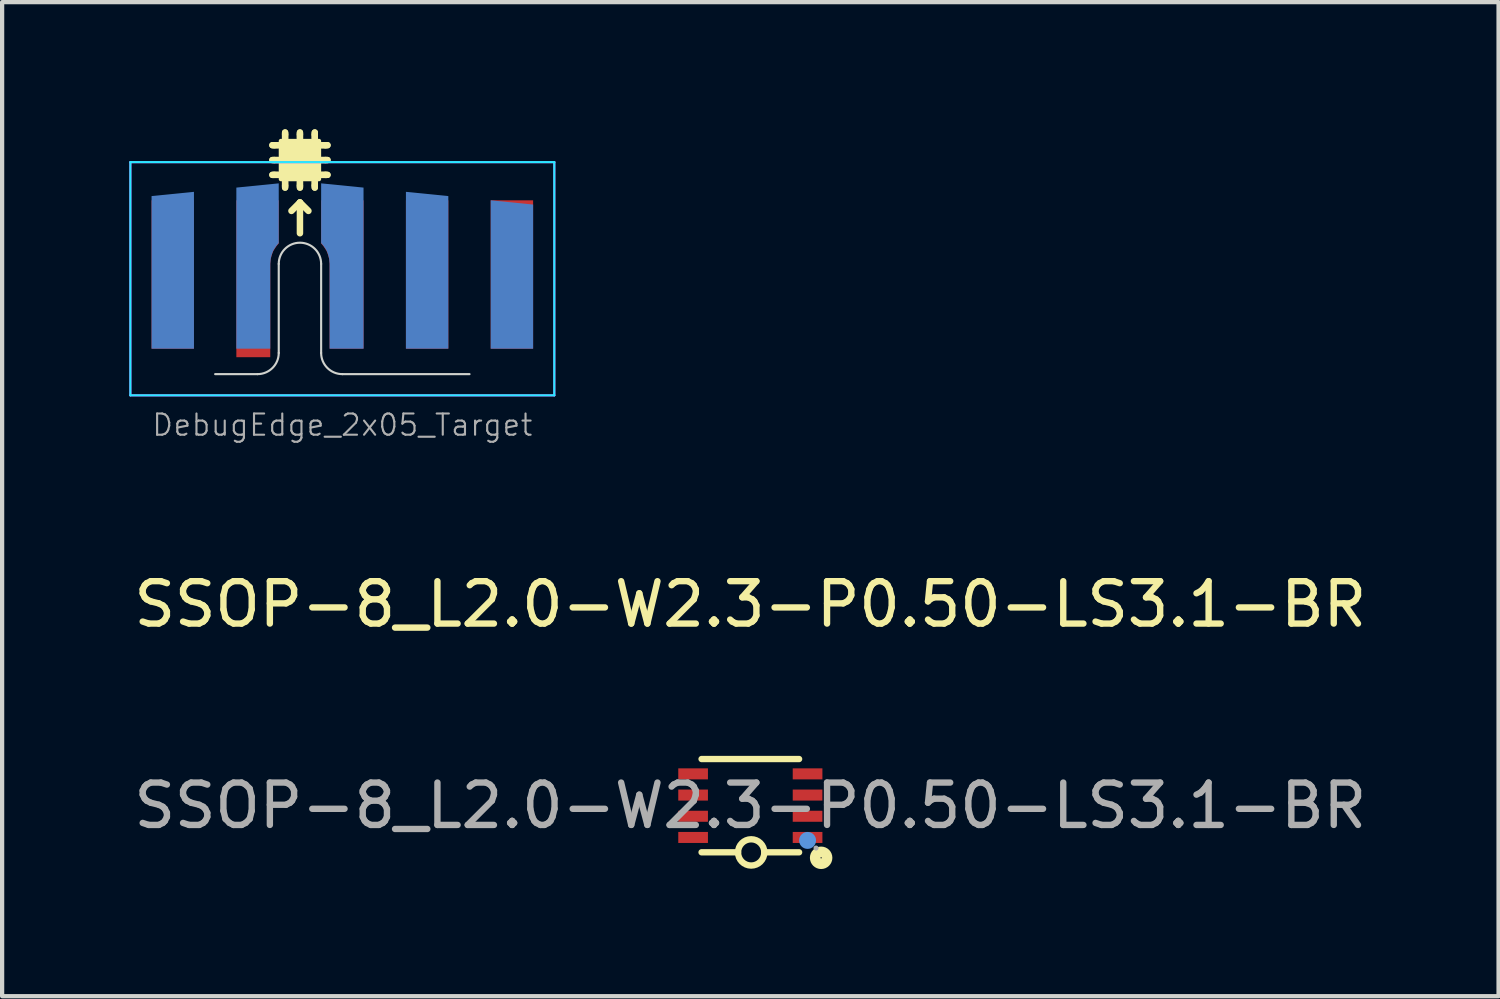
<source format=kicad_pcb>
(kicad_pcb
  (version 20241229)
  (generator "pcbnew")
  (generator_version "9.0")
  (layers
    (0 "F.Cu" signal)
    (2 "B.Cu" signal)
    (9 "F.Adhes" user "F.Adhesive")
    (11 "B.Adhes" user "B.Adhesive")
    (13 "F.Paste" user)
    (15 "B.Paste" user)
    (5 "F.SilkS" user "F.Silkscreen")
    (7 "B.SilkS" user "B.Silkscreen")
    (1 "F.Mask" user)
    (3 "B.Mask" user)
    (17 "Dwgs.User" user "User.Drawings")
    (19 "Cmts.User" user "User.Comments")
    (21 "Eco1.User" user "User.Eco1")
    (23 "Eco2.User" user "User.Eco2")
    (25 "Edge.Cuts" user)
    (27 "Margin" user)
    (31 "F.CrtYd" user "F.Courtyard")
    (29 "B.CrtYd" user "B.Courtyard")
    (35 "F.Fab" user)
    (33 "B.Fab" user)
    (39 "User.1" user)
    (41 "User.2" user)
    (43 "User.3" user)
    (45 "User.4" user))
  (footprint "SSOP-8_L2.0-W2.3-P0.50-LS3.1-BR"
    (layer "F.Cu")
    (at 14.649 15.954)
    (property "Reference" "SSOP-8_L2.0-W2.3-P0.50-LS3.1-BR" (at 0 -4.75 0) (layer "F.SilkS") (effects (font (size 1 1) (thickness 0.15))))
    (attr smd)
    (fp_line (start -1.15 -1.1) (end 1.15 -1.1) (stroke (width 0.15) (type solid)) (layer "F.SilkS"))
    (fp_line (start -1.15 1.1) (end -0.29 1.1) (stroke (width 0.15) (type solid)) (layer "F.SilkS"))
    (fp_line (start 1.15 1.1) (end 0.33 1.1) (stroke (width 0.15) (type solid)) (layer "F.SilkS"))
    (fp_arc (start 0.329953 1.10541) (mid -0.289988 1.097295) (end 0.33 1.1) (stroke (width 0.15) (type solid)) (layer "F.SilkS"))
    (fp_circle (center 1.67 1.23) (end 1.81 1.23) (stroke (width 0.25) (type solid)) (fill no) (layer "F.SilkS"))
    (fp_circle (center 1.35 0.82) (end 1.45 0.82) (stroke (width 0.2) (type solid)) (fill no) (layer "Cmts.User"))
    (fp_circle (center 1.55 1) (end 1.58 1) (stroke (width 0.06) (type solid)) (fill no) (layer "F.Fab"))
    (fp_text user "${REFERENCE}" (at 0 0 0) (layer "F.Fab") (effects (font (size 1 1) (thickness 0.15))))
    (pad "1" smd rect (at 1.35 0.75) (size 0.7 0.26) (layers "F.Cu" "F.Mask" "F.Paste"))
    (pad "2" smd rect (at 1.35 0.25) (size 0.7 0.26) (layers "F.Cu" "F.Mask" "F.Paste"))
    (pad "3" smd rect (at 1.35 -0.25) (size 0.7 0.26) (layers "F.Cu" "F.Mask" "F.Paste"))
    (pad "4" smd rect (at 1.35 -0.75) (size 0.7 0.26) (layers "F.Cu" "F.Mask" "F.Paste"))
    (pad "5" smd rect (at -1.35 -0.75) (size 0.7 0.26) (layers "F.Cu" "F.Mask" "F.Paste"))
    (pad "6" smd rect (at -1.35 -0.25) (size 0.7 0.26) (layers "F.Cu" "F.Mask" "F.Paste"))
    (pad "7" smd rect (at -1.35 0.25) (size 0.7 0.26) (layers "F.Cu" "F.Mask" "F.Paste"))
    (pad "8" smd rect (at -1.35 0.75) (size 0.7 0.26) (layers "F.Cu" "F.Mask" "F.Paste")))
  (footprint "DebugEdge_2x05_Target"
    (layer "F.Cu")
    (at 5.025 5.775)
    (property "Reference" "DebugEdge_2x05_Target" (at 0 1.2 0) (unlocked yes) (layer "F.Fab") (effects (font (size 0.5 0.5) (thickness 0.05))))
    (attr exclude_from_pos_files)
    (fp_line (start -1.6 -5.4) (end -1.65 -5.4) (stroke (width 0.15) (type solid)) (layer "F.SilkS"))
    (fp_line (start -1.6 -5.05) (end -1.65 -5.05) (stroke (width 0.15) (type solid)) (layer "F.SilkS"))
    (fp_line (start -1.6 -4.7) (end -1.65 -4.7) (stroke (width 0.15) (type solid)) (layer "F.SilkS"))
    (fp_line (start -1.5 -5.4) (end -1.65 -5.4) (stroke (width 0.15) (type solid)) (layer "F.SilkS"))
    (fp_line (start -1.5 -5.05) (end -1.65 -5.05) (stroke (width 0.15) (type solid)) (layer "F.SilkS"))
    (fp_line (start -1.5 -4.7) (end -1.65 -4.7) (stroke (width 0.15) (type solid)) (layer "F.SilkS"))
    (fp_line (start -1.35 -5.65) (end -1.35 -5.7) (stroke (width 0.15) (type solid)) (layer "F.SilkS"))
    (fp_line (start -1.35 -5.55) (end -1.35 -5.7) (stroke (width 0.15) (type solid)) (layer "F.SilkS"))
    (fp_line (start -1.35 -4.55) (end -1.35 -4.4) (stroke (width 0.15) (type solid)) (layer "F.SilkS"))
    (fp_line (start -1.35 -4.45) (end -1.35 -4.4) (stroke (width 0.15) (type solid)) (layer "F.SilkS"))
    (fp_line (start -1.2 -3.85) (end -1 -4.05) (stroke (width 0.153) (type solid)) (layer "F.SilkS"))
    (fp_line (start -1 -5.65) (end -1 -5.7) (stroke (width 0.15) (type solid)) (layer "F.SilkS"))
    (fp_line (start -1 -5.55) (end -1 -5.7) (stroke (width 0.15) (type solid)) (layer "F.SilkS"))
    (fp_line (start -1 -4.55) (end -1 -4.4) (stroke (width 0.15) (type solid)) (layer "F.SilkS"))
    (fp_line (start -1 -4.45) (end -1 -4.4) (stroke (width 0.15) (type solid)) (layer "F.SilkS"))
    (fp_line (start -1 -4.05) (end -1 -3.323) (stroke (width 0.153) (type solid)) (layer "F.SilkS"))
    (fp_line (start -1 -4.05) (end -0.8 -3.85) (stroke (width 0.153) (type solid)) (layer "F.SilkS"))
    (fp_line (start -0.65 -5.65) (end -0.65 -5.7) (stroke (width 0.15) (type solid)) (layer "F.SilkS"))
    (fp_line (start -0.65 -5.55) (end -0.65 -5.7) (stroke (width 0.15) (type solid)) (layer "F.SilkS"))
    (fp_line (start -0.65 -4.55) (end -0.65 -4.4) (stroke (width 0.15) (type solid)) (layer "F.SilkS"))
    (fp_line (start -0.65 -4.45) (end -0.65 -4.4) (stroke (width 0.15) (type solid)) (layer "F.SilkS"))
    (fp_line (start -0.5 -5.4) (end -0.35 -5.4) (stroke (width 0.15) (type solid)) (layer "F.SilkS"))
    (fp_line (start -0.5 -5.05) (end -0.35 -5.05) (stroke (width 0.15) (type solid)) (layer "F.SilkS"))
    (fp_line (start -0.5 -4.7) (end -0.35 -4.7) (stroke (width 0.15) (type solid)) (layer "F.SilkS"))
    (fp_line (start -0.4 -5.4) (end -0.35 -5.4) (stroke (width 0.15) (type solid)) (layer "F.SilkS"))
    (fp_line (start -0.4 -5.05) (end -0.35 -5.05) (stroke (width 0.15) (type solid)) (layer "F.SilkS"))
    (fp_line (start -0.4 -4.7) (end -0.35 -4.7) (stroke (width 0.15) (type solid)) (layer "F.SilkS"))
    (fp_poly (pts (xy -1.5 -5.475) (xy -1.5 -5.325) (xy -1.625 -5.325) (xy -1.625 -5.475)) (stroke (width 0) (type solid)) (fill yes) (layer "F.SilkS"))
    (fp_poly (pts (xy -1.5 -5.125) (xy -1.5 -4.975) (xy -1.625 -4.975) (xy -1.625 -5.125)) (stroke (width 0) (type solid)) (fill yes) (layer "F.SilkS"))
    (fp_poly (pts (xy -1.5 -4.775) (xy -1.5 -4.625) (xy -1.625 -4.625) (xy -1.625 -4.775)) (stroke (width 0) (type solid)) (fill yes) (layer "F.SilkS"))
    (fp_poly (pts (xy -1.425 -4.55) (xy -1.275 -4.55) (xy -1.275 -4.425) (xy -1.425 -4.425)) (stroke (width 0) (type solid)) (fill yes) (layer "F.SilkS"))
    (fp_poly (pts (xy -1.275 -5.55) (xy -1.425 -5.55) (xy -1.425 -5.675) (xy -1.275 -5.675)) (stroke (width 0) (type solid)) (fill yes) (layer "F.SilkS"))
    (fp_poly (pts (xy -1.075 -4.55) (xy -0.925 -4.55) (xy -0.925 -4.425) (xy -1.075 -4.425)) (stroke (width 0) (type solid)) (fill yes) (layer "F.SilkS"))
    (fp_poly (pts (xy -0.925 -5.55) (xy -1.075 -5.55) (xy -1.075 -5.675) (xy -0.925 -5.675)) (stroke (width 0) (type solid)) (fill yes) (layer "F.SilkS"))
    (fp_poly (pts (xy -0.725 -4.55) (xy -0.575 -4.55) (xy -0.575 -4.425) (xy -0.725 -4.425)) (stroke (width 0) (type solid)) (fill yes) (layer "F.SilkS"))
    (fp_poly (pts (xy -0.575 -5.55) (xy -0.725 -5.55) (xy -0.725 -5.675) (xy -0.575 -5.675)) (stroke (width 0) (type solid)) (fill yes) (layer "F.SilkS"))
    (fp_poly (pts (xy -0.55 -4.6) (xy -1.45 -4.6) (xy -1.45 -5.5) (xy -0.55 -5.5)) (stroke (width 0.1) (type solid)) (fill yes) (layer "F.SilkS"))
    (fp_poly (pts (xy -0.5 -5.325) (xy -0.5 -5.475) (xy -0.375 -5.475) (xy -0.375 -5.325)) (stroke (width 0) (type solid)) (fill yes) (layer "F.SilkS"))
    (fp_poly (pts (xy -0.5 -4.975) (xy -0.5 -5.125) (xy -0.375 -5.125) (xy -0.375 -4.975)) (stroke (width 0) (type solid)) (fill yes) (layer "F.SilkS"))
    (fp_poly (pts (xy -0.5 -4.625) (xy -0.5 -4.775) (xy -0.375 -4.775) (xy -0.375 -4.625)) (stroke (width 0) (type solid)) (fill yes) (layer "F.SilkS"))
    (fp_line (start -3 0) (end -2 0) (stroke (width 0.05) (type solid)) (layer "Edge.Cuts"))
    (fp_line (start -1.5 -2.6) (end -1.5 -0.5) (stroke (width 0.05) (type solid)) (layer "Edge.Cuts"))
    (fp_line (start -0.5 -0.5) (end -0.5 -2.6) (stroke (width 0.05) (type solid)) (layer "Edge.Cuts"))
    (fp_line (start 0 0) (end 3 0) (stroke (width 0.05) (type solid)) (layer "Edge.Cuts"))
    (fp_arc (start -1.5 -2.6) (mid -1 -3.1) (end -0.5 -2.6) (stroke (width 0.05) (type solid)) (layer "Edge.Cuts"))
    (fp_arc (start -1.5 -0.5) (mid -1.646447 -0.146447) (end -2 0) (stroke (width 0.05) (type solid)) (layer "Edge.Cuts"))
    (fp_arc (start 0 0) (mid -0.353553 -0.146447) (end -0.5 -0.5) (stroke (width 0.05) (type solid)) (layer "Edge.Cuts"))
    (fp_line (start -5 -5) (end -5 0.5) (stroke (width 0.05) (type solid)) (layer "B.CrtYd"))
    (fp_line (start -5 0.5) (end 5 0.5) (stroke (width 0.05) (type solid)) (layer "B.CrtYd"))
    (fp_line (start 5 -5) (end -5 -5) (stroke (width 0.05) (type solid)) (layer "B.CrtYd"))
    (fp_line (start 5 0.5) (end 5 -5) (stroke (width 0.05) (type solid)) (layer "B.CrtYd"))
    (fp_line (start -5 -5) (end 5 -5) (stroke (width 0.05) (type solid)) (layer "F.CrtYd"))
    (fp_line (start -5 0.5) (end -5 -5) (stroke (width 0.05) (type solid)) (layer "F.CrtYd"))
    (fp_line (start 5 -5) (end 5 0.5) (stroke (width 0.05) (type solid)) (layer "F.CrtYd"))
    (fp_line (start 5 0.5) (end -5 0.5) (stroke (width 0.05) (type solid)) (layer "F.CrtYd"))
    (pad "1" smd custom (at -2 -3.6) (size 1 1) (layers "F.Cu" "F.Mask") (options (anchor rect)) (primitives (gr_poly (pts (xy 0.3 1) (xy 0.31 0.89) (xy 0.33 0.81) (xy 0.35 0.75) (xy 0.37 0.7) (xy 0.4 0.65) (xy 0.44 0.59) (xy 0.48 0.54) (xy 0.5 0.52) (xy 0.5 -0.5) (xy -0.5 -0.5) (xy -0.5 3.2) (xy 0.3 3.2)) (width 0) (fill yes))))
    (pad "2" smd custom (at 0 -3.6) (size 1 1) (layers "F.Cu" "F.Mask") (options (anchor rect)) (primitives (gr_poly (pts (xy -0.3 1) (xy -0.31 0.89) (xy -0.33 0.81) (xy -0.35 0.75) (xy -0.37 0.7) (xy -0.4 0.65) (xy -0.44 0.59) (xy -0.48 0.54) (xy -0.5 0.52) (xy -0.5 -0.5) (xy 0.5 -0.5) (xy 0.5 3) (xy -0.3 3)) (width 0) (fill yes))))
    (pad "3" smd custom (at -2 -2.1) (size 0.4 0.4) (layers "B.Cu" "B.Mask") (options (anchor rect)) (primitives (gr_poly (pts (xy 0.3 -0.51) (xy 0.31 -0.62) (xy 0.33 -0.7) (xy 0.35 -0.76) (xy 0.37 -0.81) (xy 0.4 -0.86) (xy 0.44 -0.92) (xy 0.48 -0.97) (xy 0.5 -0.99) (xy 0.5 -2.4) (xy -0.5 -2.3) (xy -0.5 1.5) (xy 0.3 1.5)) (width 0) (fill yes))))
    (pad "4" smd custom (at 0 -2.1) (size 0.4 0.4) (layers "B.Cu" "B.Mask") (options (anchor rect)) (primitives (gr_poly (pts (xy -0.3 -0.51) (xy -0.31 -0.62) (xy -0.33 -0.7) (xy -0.35 -0.76) (xy -0.37 -0.81) (xy -0.4 -0.86) (xy -0.44 -0.92) (xy -0.48 -0.97) (xy -0.5 -0.99) (xy -0.5 -2.4) (xy 0.5 -2.3) (xy 0.5 1.5) (xy -0.3 1.5)) (width 0) (fill yes))))
    (pad "5" smd rect (at 2 -2.35 180) (size 1 3.5) (layers "F.Cu" "F.Mask"))
    (pad "6" smd custom (at 2 -2.4) (size 1 3.6) (layers "B.Cu" "B.Mask") (options (anchor rect)) (primitives (gr_poly (pts (xy -0.5 -1.8) (xy -0.5 -1.9) (xy 0.5 -1.8)) (width 0) (fill yes))))
    (pad "7" smd rect (at -4 -2.35 180) (size 1 3.5) (layers "F.Cu" "F.Mask"))
    (pad "8" smd custom (at -4 -2.4) (size 1 3.6) (layers "B.Cu" "B.Mask") (options (anchor rect)) (primitives (gr_poly (pts (xy 0.5 -1.8) (xy 0.5 -1.9) (xy -0.5 -1.8)) (width 0) (fill yes))))
    (pad "9" smd rect (at 4 -2.35 180) (size 1 3.5) (layers "F.Cu" "F.Mask"))
    (pad "10" smd custom (at 4 -2.3) (size 1 3.4) (layers "B.Cu" "B.Mask") (options (anchor rect)) (primitives (gr_poly (pts (xy -0.5 -1.7) (xy -0.5 -1.8) (xy 0.5 -1.7)) (width 0) (fill yes)))))
  (gr_rect
    (start -3 -3)
    (end 32.298 20.448)
    (stroke (width 0.1) (type default))
    (fill no)
    (layer "Edge.Cuts")))
</source>
